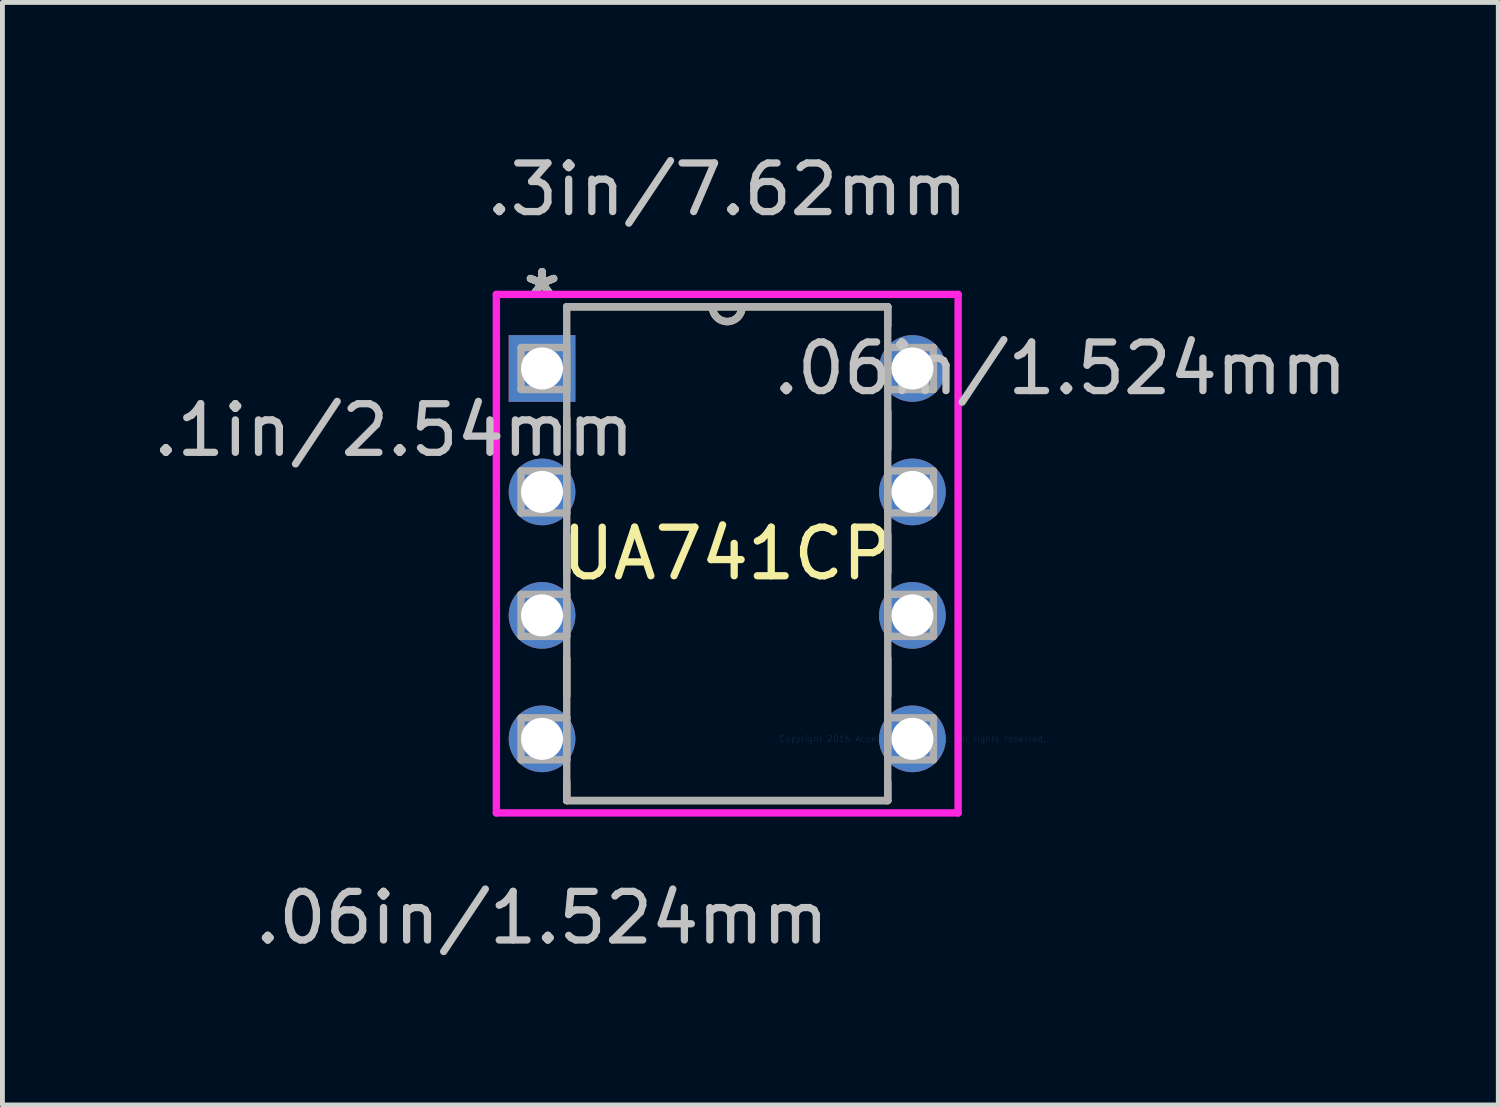
<source format=kicad_pcb>
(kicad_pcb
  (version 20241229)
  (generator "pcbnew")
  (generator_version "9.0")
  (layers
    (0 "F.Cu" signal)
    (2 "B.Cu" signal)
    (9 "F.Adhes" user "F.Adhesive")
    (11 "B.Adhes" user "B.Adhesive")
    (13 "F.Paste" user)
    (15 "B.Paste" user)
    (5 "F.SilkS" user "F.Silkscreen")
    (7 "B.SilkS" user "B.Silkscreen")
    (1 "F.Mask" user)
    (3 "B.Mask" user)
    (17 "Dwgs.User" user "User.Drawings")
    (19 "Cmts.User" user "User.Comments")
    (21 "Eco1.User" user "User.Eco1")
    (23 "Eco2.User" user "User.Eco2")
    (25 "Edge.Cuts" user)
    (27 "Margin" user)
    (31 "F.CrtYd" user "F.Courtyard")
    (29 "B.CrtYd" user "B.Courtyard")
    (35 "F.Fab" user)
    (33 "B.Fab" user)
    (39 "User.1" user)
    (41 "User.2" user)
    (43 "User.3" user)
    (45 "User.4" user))
  (footprint "UA741CP"
    (layer "F.Cu")
    (at 15.722 12.151)
    (property "Reference" "UA741CP" (at -3.81 -3.81 0) (layer "F.SilkS") (effects (font (size 1 1) (thickness 0.15))))
    (attr through_hole)
    (fp_line (start -7.112 -6.601) (end -7.112 -5.963) (stroke (width 0.152) (type solid)) (layer "F.SilkS"))
    (fp_line (start -7.112 -4.197) (end -7.112 -3.423) (stroke (width 0.152) (type solid)) (layer "F.SilkS"))
    (fp_line (start -7.112 -1.657) (end -7.112 -0.883) (stroke (width 0.152) (type solid)) (layer "F.SilkS"))
    (fp_line (start -7.112 0.883) (end -7.112 1.27) (stroke (width 0.152) (type solid)) (layer "F.SilkS"))
    (fp_line (start -7.112 1.27) (end -0.508 1.27) (stroke (width 0.152) (type solid)) (layer "F.SilkS"))
    (fp_line (start -0.508 -8.89) (end -7.112 -8.89) (stroke (width 0.152) (type solid)) (layer "F.SilkS"))
    (fp_line (start -0.508 -8.503) (end -0.508 -8.89) (stroke (width 0.152) (type solid)) (layer "F.SilkS"))
    (fp_line (start -0.508 -5.963) (end -0.508 -6.737) (stroke (width 0.152) (type solid)) (layer "F.SilkS"))
    (fp_line (start -0.508 -3.423) (end -0.508 -4.197) (stroke (width 0.152) (type solid)) (layer "F.SilkS"))
    (fp_line (start -0.508 -0.883) (end -0.508 -1.657) (stroke (width 0.152) (type solid)) (layer "F.SilkS"))
    (fp_line (start -0.508 1.27) (end -0.508 0.883) (stroke (width 0.152) (type solid)) (layer "F.SilkS"))
    (fp_arc (start -3.5052 -8.89) (mid -3.81 -8.5852) (end -4.1148 -8.89) (stroke (width 0.1524) (type solid)) (layer "F.SilkS"))
    (fp_line (start -8.56 -9.144) (end 0.94 -9.144) (stroke (width 0.152) (type solid)) (layer "F.CrtYd"))
    (fp_line (start -8.56 1.524) (end -8.56 -9.144) (stroke (width 0.152) (type solid)) (layer "F.CrtYd"))
    (fp_line (start 0.94 -9.144) (end 0.94 1.524) (stroke (width 0.152) (type solid)) (layer "F.CrtYd"))
    (fp_line (start 0.94 1.524) (end -8.56 1.524) (stroke (width 0.152) (type solid)) (layer "F.CrtYd"))
    (fp_line (start -8.052 -8.052) (end -8.052 -7.188) (stroke (width 0.152) (type solid)) (layer "F.Fab"))
    (fp_line (start -8.052 -7.188) (end -7.112 -7.188) (stroke (width 0.152) (type solid)) (layer "F.Fab"))
    (fp_line (start -8.052 -5.512) (end -8.052 -4.648) (stroke (width 0.152) (type solid)) (layer "F.Fab"))
    (fp_line (start -8.052 -4.648) (end -7.112 -4.648) (stroke (width 0.152) (type solid)) (layer "F.Fab"))
    (fp_line (start -8.052 -2.972) (end -8.052 -2.108) (stroke (width 0.152) (type solid)) (layer "F.Fab"))
    (fp_line (start -8.052 -2.108) (end -7.112 -2.108) (stroke (width 0.152) (type solid)) (layer "F.Fab"))
    (fp_line (start -8.052 -0.432) (end -8.052 0.432) (stroke (width 0.152) (type solid)) (layer "F.Fab"))
    (fp_line (start -8.052 0.432) (end -7.112 0.432) (stroke (width 0.152) (type solid)) (layer "F.Fab"))
    (fp_line (start -7.112 -8.89) (end -7.112 1.27) (stroke (width 0.152) (type solid)) (layer "F.Fab"))
    (fp_line (start -7.112 -8.052) (end -8.052 -8.052) (stroke (width 0.152) (type solid)) (layer "F.Fab"))
    (fp_line (start -7.112 -7.188) (end -7.112 -8.052) (stroke (width 0.152) (type solid)) (layer "F.Fab"))
    (fp_line (start -7.112 -5.512) (end -8.052 -5.512) (stroke (width 0.152) (type solid)) (layer "F.Fab"))
    (fp_line (start -7.112 -4.648) (end -7.112 -5.512) (stroke (width 0.152) (type solid)) (layer "F.Fab"))
    (fp_line (start -7.112 -2.972) (end -8.052 -2.972) (stroke (width 0.152) (type solid)) (layer "F.Fab"))
    (fp_line (start -7.112 -2.108) (end -7.112 -2.972) (stroke (width 0.152) (type solid)) (layer "F.Fab"))
    (fp_line (start -7.112 -0.432) (end -8.052 -0.432) (stroke (width 0.152) (type solid)) (layer "F.Fab"))
    (fp_line (start -7.112 0.432) (end -7.112 -0.432) (stroke (width 0.152) (type solid)) (layer "F.Fab"))
    (fp_line (start -7.112 1.27) (end -0.508 1.27) (stroke (width 0.152) (type solid)) (layer "F.Fab"))
    (fp_line (start -0.508 -8.89) (end -7.112 -8.89) (stroke (width 0.152) (type solid)) (layer "F.Fab"))
    (fp_line (start -0.508 -8.052) (end -0.508 -7.188) (stroke (width 0.152) (type solid)) (layer "F.Fab"))
    (fp_line (start -0.508 -7.188) (end 0.432 -7.188) (stroke (width 0.152) (type solid)) (layer "F.Fab"))
    (fp_line (start -0.508 -5.512) (end -0.508 -4.648) (stroke (width 0.152) (type solid)) (layer "F.Fab"))
    (fp_line (start -0.508 -4.648) (end 0.432 -4.648) (stroke (width 0.152) (type solid)) (layer "F.Fab"))
    (fp_line (start -0.508 -2.972) (end -0.508 -2.108) (stroke (width 0.152) (type solid)) (layer "F.Fab"))
    (fp_line (start -0.508 -2.108) (end 0.432 -2.108) (stroke (width 0.152) (type solid)) (layer "F.Fab"))
    (fp_line (start -0.508 -0.432) (end -0.508 0.432) (stroke (width 0.152) (type solid)) (layer "F.Fab"))
    (fp_line (start -0.508 0.432) (end 0.432 0.432) (stroke (width 0.152) (type solid)) (layer "F.Fab"))
    (fp_line (start -0.508 1.27) (end -0.508 -8.89) (stroke (width 0.152) (type solid)) (layer "F.Fab"))
    (fp_line (start 0.432 -8.052) (end -0.508 -8.052) (stroke (width 0.152) (type solid)) (layer "F.Fab"))
    (fp_line (start 0.432 -7.188) (end 0.432 -8.052) (stroke (width 0.152) (type solid)) (layer "F.Fab"))
    (fp_line (start 0.432 -5.512) (end -0.508 -5.512) (stroke (width 0.152) (type solid)) (layer "F.Fab"))
    (fp_line (start 0.432 -4.648) (end 0.432 -5.512) (stroke (width 0.152) (type solid)) (layer "F.Fab"))
    (fp_line (start 0.432 -2.972) (end -0.508 -2.972) (stroke (width 0.152) (type solid)) (layer "F.Fab"))
    (fp_line (start 0.432 -2.108) (end 0.432 -2.972) (stroke (width 0.152) (type solid)) (layer "F.Fab"))
    (fp_line (start 0.432 -0.432) (end -0.508 -0.432) (stroke (width 0.152) (type solid)) (layer "F.Fab"))
    (fp_line (start 0.432 0.432) (end 0.432 -0.432) (stroke (width 0.152) (type solid)) (layer "F.Fab"))
    (fp_arc (start -3.5052 -8.89) (mid -3.81 -8.5852) (end -4.1148 -8.89) (stroke (width 0.1524) (type solid)) (layer "F.Fab"))
    (fp_text user "*" (at -7.62 -9.068 0) (layer "F.SilkS") (effects (font (size 1 1) (thickness 0.15))))
    (fp_text user "*" (at -7.62 -9.068 0) (layer "F.SilkS") (effects (font (size 1 1) (thickness 0.15))))
    (fp_text user ".3in/7.62mm" (at -3.81 -11.303 0) (layer "Dwgs.User") (effects (font (size 1 1) (thickness 0.15))))
    (fp_text user ".06in/1.524mm" (at 3.048 -7.62 0) (layer "Dwgs.User") (effects (font (size 1 1) (thickness 0.15))))
    (fp_text user ".1in/2.54mm" (at -10.668 -6.35 0) (layer "Dwgs.User") (effects (font (size 1 1) (thickness 0.15))))
    (fp_text user ".06in/1.524mm" (at -7.62 3.683 0) (layer "Dwgs.User") (effects (font (size 1 1) (thickness 0.15))))
    (fp_text user "Copyright 2016 Accelerated Designs. All rights reserved." (at 0 0 0) (layer "Cmts.User") (effects (font (size 0.127 0.127) (thickness 0.002))))
    (fp_text user "*" (at -7.62 -9.068 0) (layer "F.Fab") (effects (font (size 1 1) (thickness 0.15))))
    (fp_text user "*" (at -7.62 -9.068 0) (layer "F.Fab") (effects (font (size 1 1) (thickness 0.15))))
    (pad "1" thru_hole rect (at -7.62 -7.62) (size 1.372 1.372) (drill 0.864) (layers "*.Cu" "*.Mask"))
    (pad "2" thru_hole circle (at -7.62 -5.08) (size 1.372 1.372) (drill 0.864) (layers "*.Cu" "*.Mask"))
    (pad "3" thru_hole circle (at -7.62 -2.54) (size 1.372 1.372) (drill 0.864) (layers "*.Cu" "*.Mask"))
    (pad "4" thru_hole circle (at -7.62 0) (size 1.372 1.372) (drill 0.864) (layers "*.Cu" "*.Mask"))
    (pad "5" thru_hole circle (at 0 0) (size 1.372 1.372) (drill 0.864) (layers "*.Cu" "*.Mask"))
    (pad "6" thru_hole circle (at 0 -2.54) (size 1.372 1.372) (drill 0.864) (layers "*.Cu" "*.Mask"))
    (pad "7" thru_hole circle (at 0 -5.08) (size 1.372 1.372) (drill 0.864) (layers "*.Cu" "*.Mask"))
    (pad "8" thru_hole circle (at 0 -7.62) (size 1.372 1.372) (drill 0.864) (layers "*.Cu" "*.Mask")))
  (gr_rect
    (start -3 -3)
    (end 27.776 19.683)
    (stroke (width 0.1) (type default))
    (fill no)
    (layer "Edge.Cuts")))
</source>
